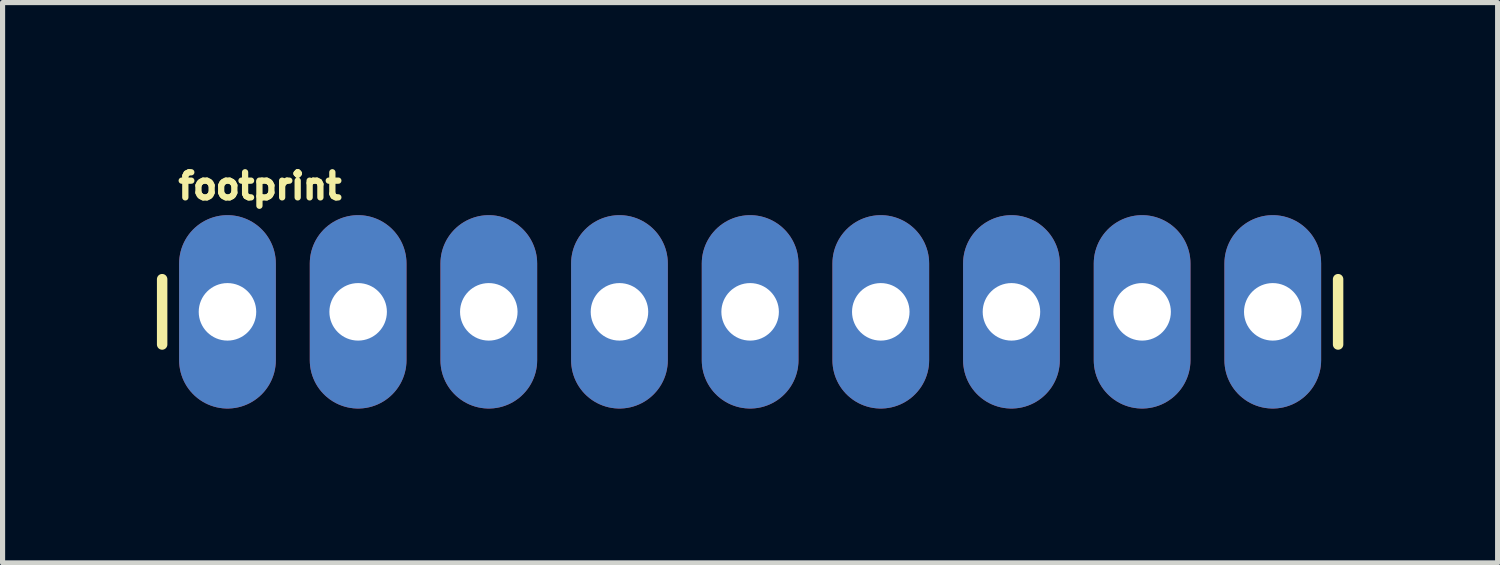
<source format=kicad_pcb>
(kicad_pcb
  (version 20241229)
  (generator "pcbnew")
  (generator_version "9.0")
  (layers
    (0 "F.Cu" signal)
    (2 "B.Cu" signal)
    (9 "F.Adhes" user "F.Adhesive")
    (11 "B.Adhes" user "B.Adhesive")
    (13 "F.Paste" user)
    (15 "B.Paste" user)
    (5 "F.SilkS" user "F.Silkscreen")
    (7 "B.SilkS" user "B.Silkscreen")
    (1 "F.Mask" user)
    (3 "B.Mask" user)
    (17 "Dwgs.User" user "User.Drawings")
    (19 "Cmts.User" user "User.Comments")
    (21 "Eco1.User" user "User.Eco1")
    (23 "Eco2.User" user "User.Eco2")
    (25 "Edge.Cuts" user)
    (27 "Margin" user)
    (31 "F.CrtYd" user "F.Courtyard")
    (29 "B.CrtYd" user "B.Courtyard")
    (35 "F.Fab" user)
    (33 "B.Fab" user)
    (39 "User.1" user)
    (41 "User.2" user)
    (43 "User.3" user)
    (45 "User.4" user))
  (footprint "footprint"
    (layer "F.Cu")
    (at 1.372 3.012)
    (property "Reference" "footprint" (at -1.016 -2.159 0) (layer "F.SilkS") (effects (font (size 0.488 0.488) (thickness 0.122)) (justify left bottom)))
    (fp_line (start -1.27 -0.635) (end -1.27 0.635) (stroke (width 0.203) (type solid)) (layer "F.SilkS"))
    (fp_line (start 21.59 -0.635) (end 21.59 0.635) (stroke (width 0.203) (type solid)) (layer "F.SilkS"))
    (fp_poly (pts (xy -0.254 0.254) (xy 0.254 0.254) (xy 0.254 -0.254) (xy -0.254 -0.254)) (stroke (width 0.1) (type solid)) (fill no) (layer "F.Fab"))
    (fp_poly (pts (xy 2.286 0.254) (xy 2.794 0.254) (xy 2.794 -0.254) (xy 2.286 -0.254)) (stroke (width 0.1) (type solid)) (fill no) (layer "F.Fab"))
    (fp_poly (pts (xy 4.826 0.254) (xy 5.334 0.254) (xy 5.334 -0.254) (xy 4.826 -0.254)) (stroke (width 0.1) (type solid)) (fill no) (layer "F.Fab"))
    (fp_poly (pts (xy 7.366 0.254) (xy 7.874 0.254) (xy 7.874 -0.254) (xy 7.366 -0.254)) (stroke (width 0.1) (type solid)) (fill no) (layer "F.Fab"))
    (fp_poly (pts (xy 9.906 0.254) (xy 10.414 0.254) (xy 10.414 -0.254) (xy 9.906 -0.254)) (stroke (width 0.1) (type solid)) (fill no) (layer "F.Fab"))
    (fp_poly (pts (xy 12.446 0.254) (xy 12.954 0.254) (xy 12.954 -0.254) (xy 12.446 -0.254)) (stroke (width 0.1) (type solid)) (fill no) (layer "F.Fab"))
    (fp_poly (pts (xy 14.986 0.254) (xy 15.494 0.254) (xy 15.494 -0.254) (xy 14.986 -0.254)) (stroke (width 0.1) (type solid)) (fill no) (layer "F.Fab"))
    (fp_poly (pts (xy 17.526 0.254) (xy 18.034 0.254) (xy 18.034 -0.254) (xy 17.526 -0.254)) (stroke (width 0.1) (type solid)) (fill no) (layer "F.Fab"))
    (fp_poly (pts (xy 20.066 0.254) (xy 20.574 0.254) (xy 20.574 -0.254) (xy 20.066 -0.254)) (stroke (width 0.1) (type solid)) (fill no) (layer "F.Fab"))
    (pad "1" thru_hole oval (at 0 0 90) (size 3.759 1.88) (drill 1.118) (layers "*.Cu" "*.Mask"))
    (pad "2" thru_hole oval (at 2.54 0 90) (size 3.759 1.88) (drill 1.118) (layers "*.Cu" "*.Mask"))
    (pad "3" thru_hole oval (at 5.08 0 90) (size 3.759 1.88) (drill 1.118) (layers "*.Cu" "*.Mask"))
    (pad "4" thru_hole oval (at 7.62 0 90) (size 3.759 1.88) (drill 1.118) (layers "*.Cu" "*.Mask"))
    (pad "5" thru_hole oval (at 10.16 0 90) (size 3.759 1.88) (drill 1.118) (layers "*.Cu" "*.Mask"))
    (pad "6" thru_hole oval (at 12.7 0 90) (size 3.759 1.88) (drill 1.118) (layers "*.Cu" "*.Mask"))
    (pad "7" thru_hole oval (at 15.24 0 90) (size 3.759 1.88) (drill 1.118) (layers "*.Cu" "*.Mask"))
    (pad "8" thru_hole oval (at 17.78 0 90) (size 3.759 1.88) (drill 1.118) (layers "*.Cu" "*.Mask"))
    (pad "9" thru_hole oval (at 20.32 0 90) (size 3.759 1.88) (drill 1.118) (layers "*.Cu" "*.Mask")))
  (gr_rect
    (start -3 -3)
    (end 26.063 7.892)
    (stroke (width 0.1) (type default))
    (fill no)
    (layer "Edge.Cuts")))
</source>
